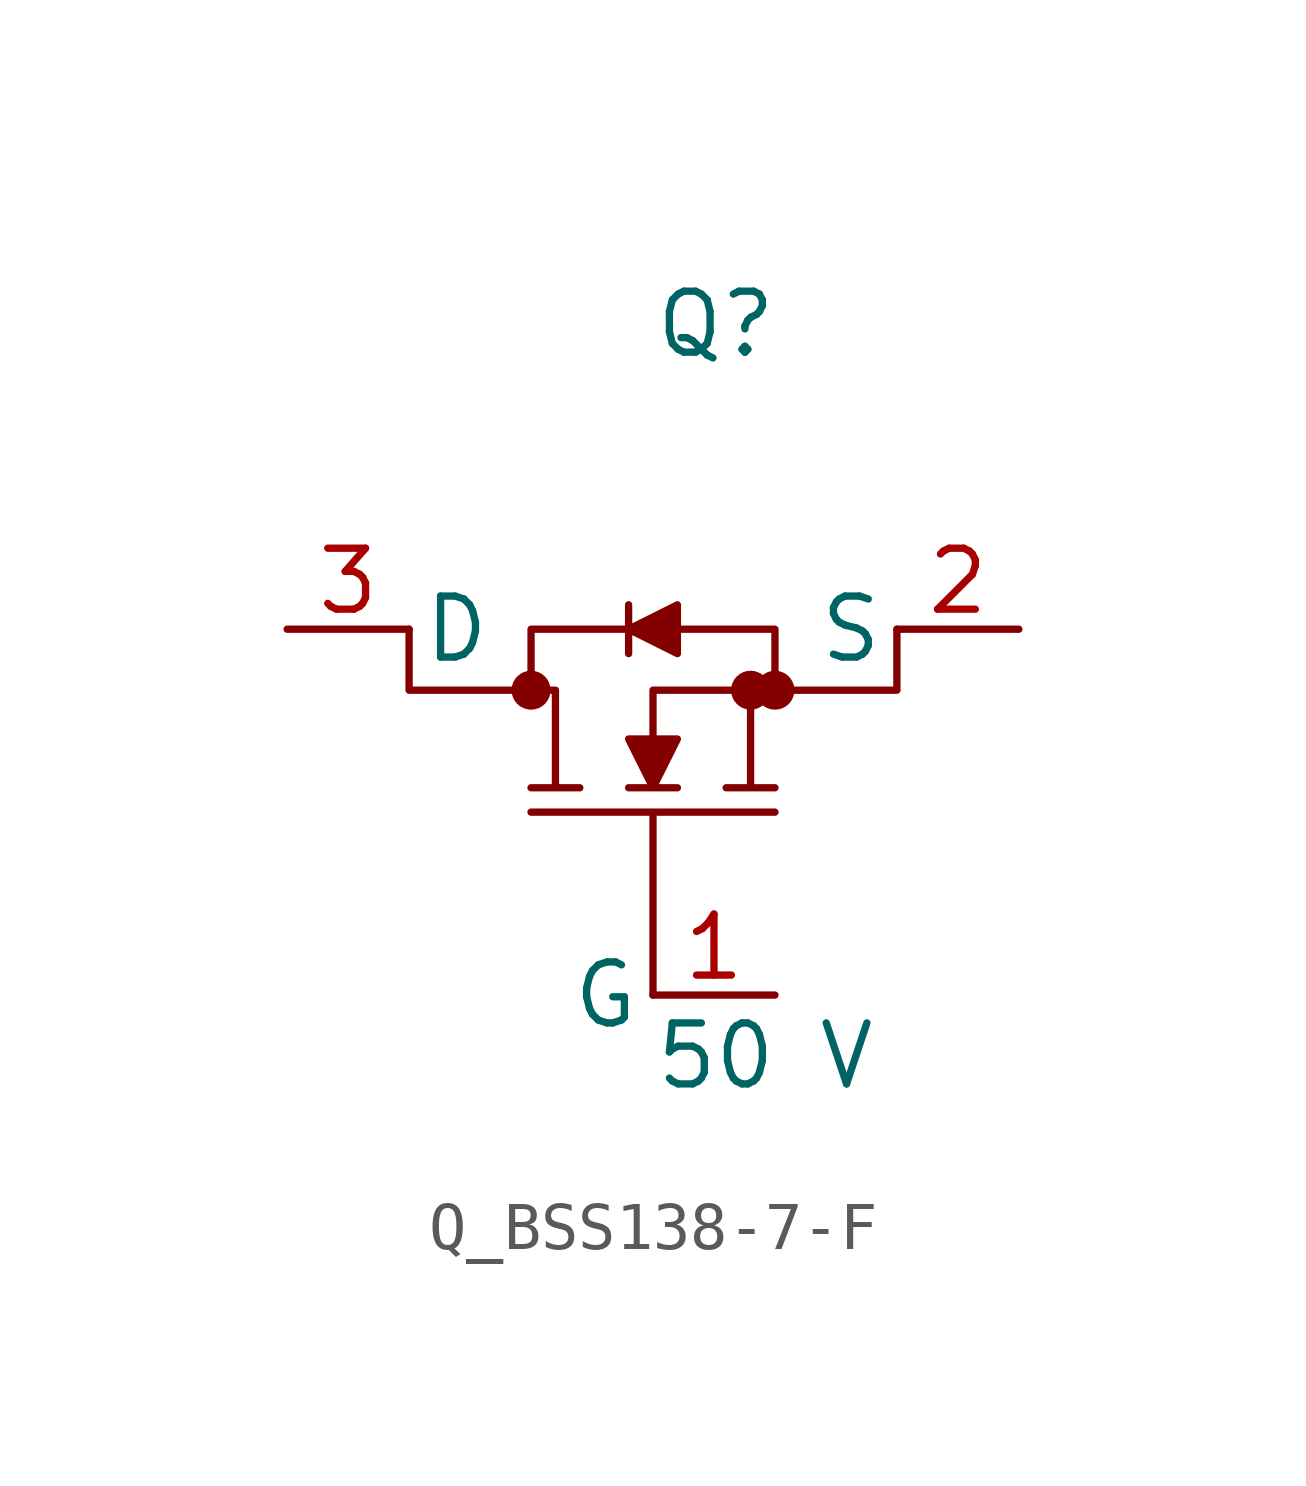
<source format=kicad_sym>
(kicad_symbol_lib
  (version 20231120)
  (generator kicad_symbol_editor)
  (generator_version 8.0)
  (symbol "Q_BSS138-7-F"
    (pin_names
      (offset 0.254))
    (property "Reference" "Q"
      (at 0 7.62 0)
      (effects (font (size 1.27 1.27)) (justify left)))
    (property "Value" "50 V"
      (at 0 -7.62 0)
      (effects (font (size 1.27 1.27)) (justify left)))
    (symbol "Q_BSS138-7-F_1_0"
      (polyline (pts (xy 0 -6.35) (xy 0 -2.54) (xy -2.54 -2.54) (xy 2.54 -2.54) (xy 0 -2.54) (xy 0 -6.35)) (stroke (width 0) (type default)) (fill (type none)))
      (polyline (pts (xy 5.08 1.27) (xy 5.08 0.0) (xy 2.54 0.0) (xy 2.54 1.27) (xy 0.508 1.27) (xy 0.508 1.778) (xy -0.508 1.27) (xy -0.508 1.778) (xy -0.508 1.27) (xy -2.54 1.27) (xy -2.54 0.0) (xy -5.08 0.0) (xy -5.08 1.27) (xy -5.08 0.0) (xy -2.032 0.0) (xy -2.032 -2.032) (xy -2.54 -2.032) (xy -1.524 -2.032) (xy -2.032 -2.032) (xy -2.032 0.0) (xy -2.54 0.0) (xy -2.54 1.27) (xy -0.508 1.27) (xy -0.508 0.762) (xy -0.508 1.27) (xy 0.508 0.762) (xy 0.508 1.27) (xy 2.54 1.27) (xy 2.54 0.0) (xy 0 0.0) (xy 0 -1.016) (xy -0.508 -1.016) (xy 0 -2.032) (xy -0.508 -2.032) (xy 0.508 -2.032) (xy 0 -2.032) (xy 0.508 -1.016) (xy 0 -1.016) (xy 0 0.0) (xy 2.032 0.0) (xy 2.032 -2.032) (xy 1.524 -2.032) (xy 2.54 -2.032) (xy 2.032 -2.032) (xy 2.032 0.0) (xy 5.08 0.0)) (stroke (width 0) (type default)) (fill (type outline)))
      (circle (center -2.54 0.0) (radius 0.025) (stroke (width 0.381) (type default)) (fill (type none)))
      (circle (center 2.032 0.0) (radius 0.025) (stroke (width 0.381) (type default)) (fill (type none)))
      (circle (center 2.54 0.0) (radius 0.025) (stroke (width 0.381) (type default)) (fill (type none)))
      (pin passive line (at 2.54 -6.35 180) (length 2.54) (name "G" (effects (font (size 1.27 1.27)))) (number "1" (effects (font (size 1.27 1.27)))))
      (pin passive line (at 7.62 1.27 180) (length 2.54) (name "S" (effects (font (size 1.27 1.27)))) (number "2" (effects (font (size 1.27 1.27)))))
      (pin passive line (at -7.62 1.27 0) (length 2.54) (name "D" (effects (font (size 1.27 1.27)))) (number "3" (effects (font (size 1.27 1.27))))))))
</source>
